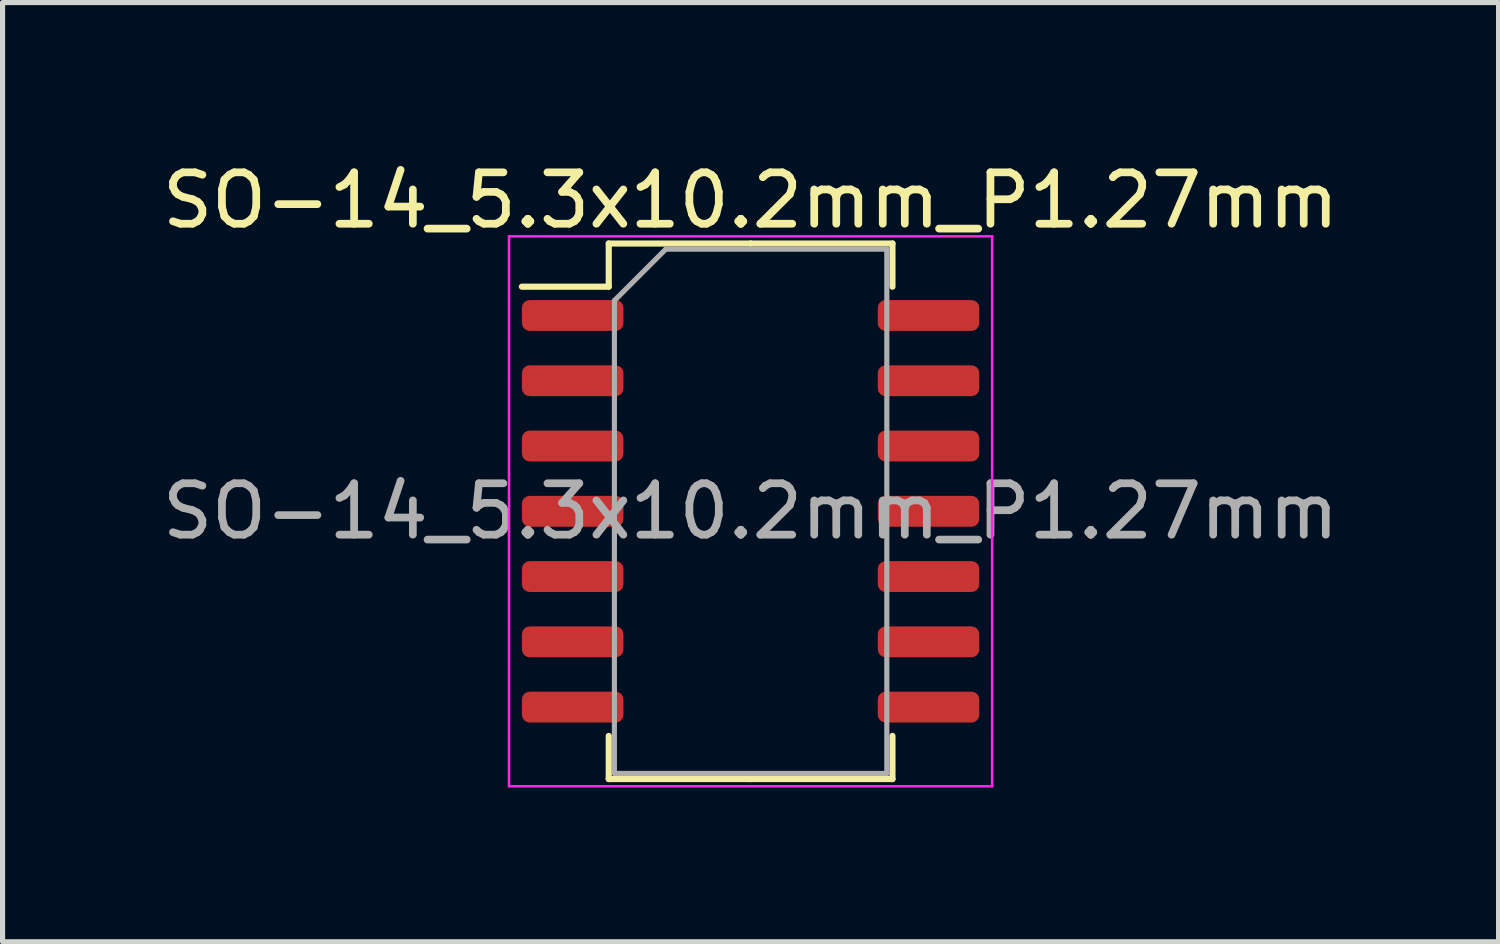
<source format=kicad_pcb>
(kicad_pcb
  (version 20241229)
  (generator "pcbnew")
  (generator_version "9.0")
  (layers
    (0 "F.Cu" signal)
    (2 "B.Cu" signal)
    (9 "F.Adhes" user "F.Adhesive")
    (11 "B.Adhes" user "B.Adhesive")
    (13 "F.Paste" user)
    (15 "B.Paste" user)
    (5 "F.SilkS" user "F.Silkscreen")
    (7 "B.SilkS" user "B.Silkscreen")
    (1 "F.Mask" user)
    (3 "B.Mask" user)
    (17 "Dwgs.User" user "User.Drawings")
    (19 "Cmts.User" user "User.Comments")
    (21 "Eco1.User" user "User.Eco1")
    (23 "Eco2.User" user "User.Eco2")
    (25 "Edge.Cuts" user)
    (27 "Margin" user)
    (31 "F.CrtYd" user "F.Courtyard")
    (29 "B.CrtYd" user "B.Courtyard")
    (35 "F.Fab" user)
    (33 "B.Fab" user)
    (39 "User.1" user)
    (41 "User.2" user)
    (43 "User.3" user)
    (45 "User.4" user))
  (footprint "SO-14_5.3x10.2mm_P1.27mm"
    (layer "F.Cu")
    (at 11.554 6.898)
    (property "Reference" "SO-14_5.3x10.2mm_P1.27mm" (at 0 -6.05 0) (layer "F.SilkS") (effects (font (size 1 1) (thickness 0.15))))
    (attr smd)
    (fp_line (start -2.76 -5.21) (end -2.76 -4.37) (stroke (width 0.12) (type solid)) (layer "F.SilkS"))
    (fp_line (start -2.76 -4.37) (end -4.45 -4.37) (stroke (width 0.12) (type solid)) (layer "F.SilkS"))
    (fp_line (start -2.76 5.21) (end -2.76 4.37) (stroke (width 0.12) (type solid)) (layer "F.SilkS"))
    (fp_line (start 0 -5.21) (end -2.76 -5.21) (stroke (width 0.12) (type solid)) (layer "F.SilkS"))
    (fp_line (start 0 -5.21) (end 2.76 -5.21) (stroke (width 0.12) (type solid)) (layer "F.SilkS"))
    (fp_line (start 0 5.21) (end -2.76 5.21) (stroke (width 0.12) (type solid)) (layer "F.SilkS"))
    (fp_line (start 0 5.21) (end 2.76 5.21) (stroke (width 0.12) (type solid)) (layer "F.SilkS"))
    (fp_line (start 2.76 -5.21) (end 2.76 -4.37) (stroke (width 0.12) (type solid)) (layer "F.SilkS"))
    (fp_line (start 2.76 5.21) (end 2.76 4.37) (stroke (width 0.12) (type solid)) (layer "F.SilkS"))
    (fp_line (start -4.7 -5.35) (end -4.7 5.35) (stroke (width 0.05) (type solid)) (layer "F.CrtYd"))
    (fp_line (start -4.7 5.35) (end 4.7 5.35) (stroke (width 0.05) (type solid)) (layer "F.CrtYd"))
    (fp_line (start 4.7 -5.35) (end -4.7 -5.35) (stroke (width 0.05) (type solid)) (layer "F.CrtYd"))
    (fp_line (start 4.7 5.35) (end 4.7 -5.35) (stroke (width 0.05) (type solid)) (layer "F.CrtYd"))
    (fp_line (start -2.65 -4.1) (end -1.65 -5.1) (stroke (width 0.1) (type solid)) (layer "F.Fab"))
    (fp_line (start -2.65 5.1) (end -2.65 -4.1) (stroke (width 0.1) (type solid)) (layer "F.Fab"))
    (fp_line (start -1.65 -5.1) (end 2.65 -5.1) (stroke (width 0.1) (type solid)) (layer "F.Fab"))
    (fp_line (start 2.65 -5.1) (end 2.65 5.1) (stroke (width 0.1) (type solid)) (layer "F.Fab"))
    (fp_line (start 2.65 5.1) (end -2.65 5.1) (stroke (width 0.1) (type solid)) (layer "F.Fab"))
    (fp_text user "${REFERENCE}" (at 0 0 0) (layer "F.Fab") (effects (font (size 1 1) (thickness 0.15))))
    (pad "1" smd roundrect (at -3.462 -3.81) (size 1.975 0.6) (layers "F.Cu" "F.Mask" "F.Paste") (roundrect_rratio 0.25))
    (pad "2" smd roundrect (at -3.462 -2.54) (size 1.975 0.6) (layers "F.Cu" "F.Mask" "F.Paste") (roundrect_rratio 0.25))
    (pad "3" smd roundrect (at -3.462 -1.27) (size 1.975 0.6) (layers "F.Cu" "F.Mask" "F.Paste") (roundrect_rratio 0.25))
    (pad "4" smd roundrect (at -3.462 0) (size 1.975 0.6) (layers "F.Cu" "F.Mask" "F.Paste") (roundrect_rratio 0.25))
    (pad "5" smd roundrect (at -3.462 1.27) (size 1.975 0.6) (layers "F.Cu" "F.Mask" "F.Paste") (roundrect_rratio 0.25))
    (pad "6" smd roundrect (at -3.462 2.54) (size 1.975 0.6) (layers "F.Cu" "F.Mask" "F.Paste") (roundrect_rratio 0.25))
    (pad "7" smd roundrect (at -3.462 3.81) (size 1.975 0.6) (layers "F.Cu" "F.Mask" "F.Paste") (roundrect_rratio 0.25))
    (pad "8" smd roundrect (at 3.462 3.81) (size 1.975 0.6) (layers "F.Cu" "F.Mask" "F.Paste") (roundrect_rratio 0.25))
    (pad "9" smd roundrect (at 3.462 2.54) (size 1.975 0.6) (layers "F.Cu" "F.Mask" "F.Paste") (roundrect_rratio 0.25))
    (pad "10" smd roundrect (at 3.462 1.27) (size 1.975 0.6) (layers "F.Cu" "F.Mask" "F.Paste") (roundrect_rratio 0.25))
    (pad "11" smd roundrect (at 3.462 0) (size 1.975 0.6) (layers "F.Cu" "F.Mask" "F.Paste") (roundrect_rratio 0.25))
    (pad "12" smd roundrect (at 3.462 -1.27) (size 1.975 0.6) (layers "F.Cu" "F.Mask" "F.Paste") (roundrect_rratio 0.25))
    (pad "13" smd roundrect (at 3.462 -2.54) (size 1.975 0.6) (layers "F.Cu" "F.Mask" "F.Paste") (roundrect_rratio 0.25))
    (pad "14" smd roundrect (at 3.462 -3.81) (size 1.975 0.6) (layers "F.Cu" "F.Mask" "F.Paste") (roundrect_rratio 0.25)))
  (gr_rect
    (start -3 -3)
    (end 26.107 15.273)
    (stroke (width 0.1) (type default))
    (fill no)
    (layer "Edge.Cuts")))
</source>
